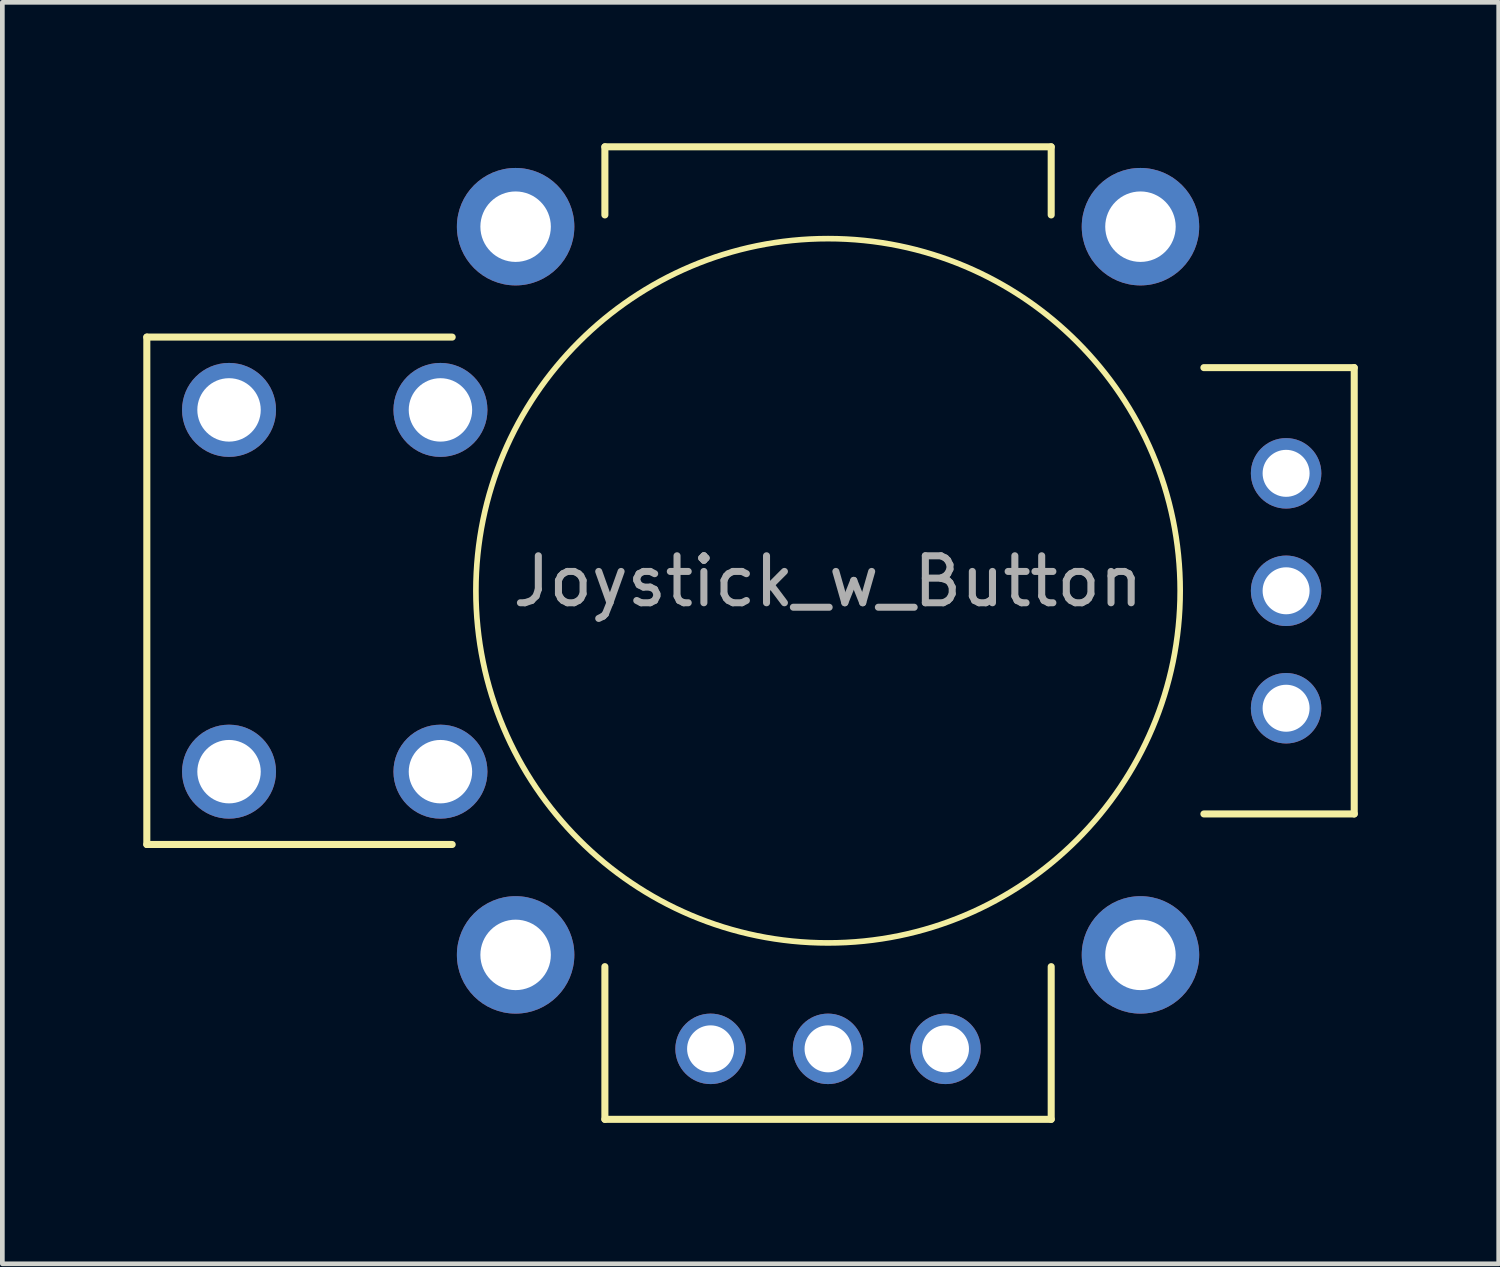
<source format=kicad_pcb>
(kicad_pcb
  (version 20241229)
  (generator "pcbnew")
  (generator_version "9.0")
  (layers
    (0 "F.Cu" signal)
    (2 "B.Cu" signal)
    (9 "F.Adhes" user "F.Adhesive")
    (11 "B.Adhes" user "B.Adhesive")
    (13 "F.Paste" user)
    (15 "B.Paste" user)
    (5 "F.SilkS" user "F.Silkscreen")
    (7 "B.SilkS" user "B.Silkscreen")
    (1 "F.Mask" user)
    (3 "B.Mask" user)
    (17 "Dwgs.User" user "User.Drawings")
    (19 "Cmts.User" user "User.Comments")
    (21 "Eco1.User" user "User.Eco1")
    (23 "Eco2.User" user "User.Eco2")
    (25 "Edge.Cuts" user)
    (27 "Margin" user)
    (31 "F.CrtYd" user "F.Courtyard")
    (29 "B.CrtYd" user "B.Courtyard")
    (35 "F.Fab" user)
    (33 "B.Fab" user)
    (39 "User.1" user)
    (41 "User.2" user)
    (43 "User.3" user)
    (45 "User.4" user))
  (footprint "Joystick_w_Button"
    (layer "F.Cu")
    (at 14.575 9.525)
    (property "Reference" "Joystick_w_Button" (at 0 -0.2 0) (layer "F.Fab") (effects (font (size 1 1) (thickness 0.15))))
    (attr through_hole)
    (fp_line (start -14.5 -5.4) (end -14.5 5.4) (stroke (width 0.15) (type solid)) (layer "F.SilkS"))
    (fp_line (start -14.5 5.4) (end -8 5.4) (stroke (width 0.15) (type solid)) (layer "F.SilkS"))
    (fp_line (start -8 -5.4) (end -14.5 -5.4) (stroke (width 0.15) (type solid)) (layer "F.SilkS"))
    (fp_line (start -4.75 -9.45) (end 4.75 -9.45) (stroke (width 0.15) (type solid)) (layer "F.SilkS"))
    (fp_line (start -4.75 -8) (end -4.75 -9.45) (stroke (width 0.15) (type solid)) (layer "F.SilkS"))
    (fp_line (start -4.75 8) (end -4.75 11.25) (stroke (width 0.15) (type solid)) (layer "F.SilkS"))
    (fp_line (start -4.75 11.25) (end 4.75 11.25) (stroke (width 0.15) (type solid)) (layer "F.SilkS"))
    (fp_line (start 4.75 -9.45) (end 4.75 -8) (stroke (width 0.15) (type solid)) (layer "F.SilkS"))
    (fp_line (start 4.75 11.25) (end 4.75 8) (stroke (width 0.15) (type solid)) (layer "F.SilkS"))
    (fp_line (start 8 4.75) (end 11.2 4.75) (stroke (width 0.15) (type solid)) (layer "F.SilkS"))
    (fp_line (start 11.2 -4.75) (end 8 -4.75) (stroke (width 0.15) (type solid)) (layer "F.SilkS"))
    (fp_line (start 11.2 4.75) (end 11.2 -4.75) (stroke (width 0.15) (type solid)) (layer "F.SilkS"))
    (fp_circle (center 0 0) (end 5.3 5.3) (stroke (width 0.12) (type default)) (fill no) (layer "F.SilkS"))
    (pad "SH" thru_hole circle (at -6.65 -7.75) (size 2.5 2.5) (drill 1.5) (layers "*.Cu" "*.Mask"))
    (pad "SH" thru_hole circle (at -6.65 7.75) (size 2.5 2.5) (drill 1.5) (layers "*.Cu" "*.Mask"))
    (pad "SH" thru_hole circle (at 6.65 -7.75) (size 2.5 2.5) (drill 1.5) (layers "*.Cu" "*.Mask"))
    (pad "SH" thru_hole circle (at 6.65 7.75) (size 2.5 2.5) (drill 1.5) (layers "*.Cu" "*.Mask"))
    (pad "SW1" thru_hole circle (at -8.25 -3.85) (size 2 2) (drill 1.35) (layers "*.Cu" "*.Mask"))
    (pad "SW1" thru_hole circle (at -8.25 3.85) (size 2 2) (drill 1.35) (layers "*.Cu" "*.Mask"))
    (pad "SW2" thru_hole circle (at -12.75 -3.85) (size 2 2) (drill 1.35) (layers "*.Cu" "*.Mask"))
    (pad "SW2" thru_hole circle (at -12.75 3.85) (size 2 2) (drill 1.35) (layers "*.Cu" "*.Mask"))
    (pad "X1" thru_hole circle (at -2.5 9.75) (size 1.5 1.5) (drill 1) (layers "*.Cu" "*.Mask"))
    (pad "X2" thru_hole circle (at 0 9.75) (size 1.5 1.5) (drill 1) (layers "*.Cu" "*.Mask"))
    (pad "X3" thru_hole circle (at 2.5 9.75) (size 1.5 1.5) (drill 1) (layers "*.Cu" "*.Mask"))
    (pad "Y1" thru_hole circle (at 9.75 2.5) (size 1.5 1.5) (drill 1) (layers "*.Cu" "*.Mask"))
    (pad "Y2" thru_hole circle (at 9.75 0) (size 1.5 1.5) (drill 1) (layers "*.Cu" "*.Mask"))
    (pad "Y3" thru_hole circle (at 9.75 -2.5) (size 1.5 1.5) (drill 1) (layers "*.Cu" "*.Mask")))
  (gr_rect
    (start -3 -3)
    (end 28.85 23.85)
    (stroke (width 0.1) (type default))
    (fill no)
    (layer "Edge.Cuts")))
</source>
